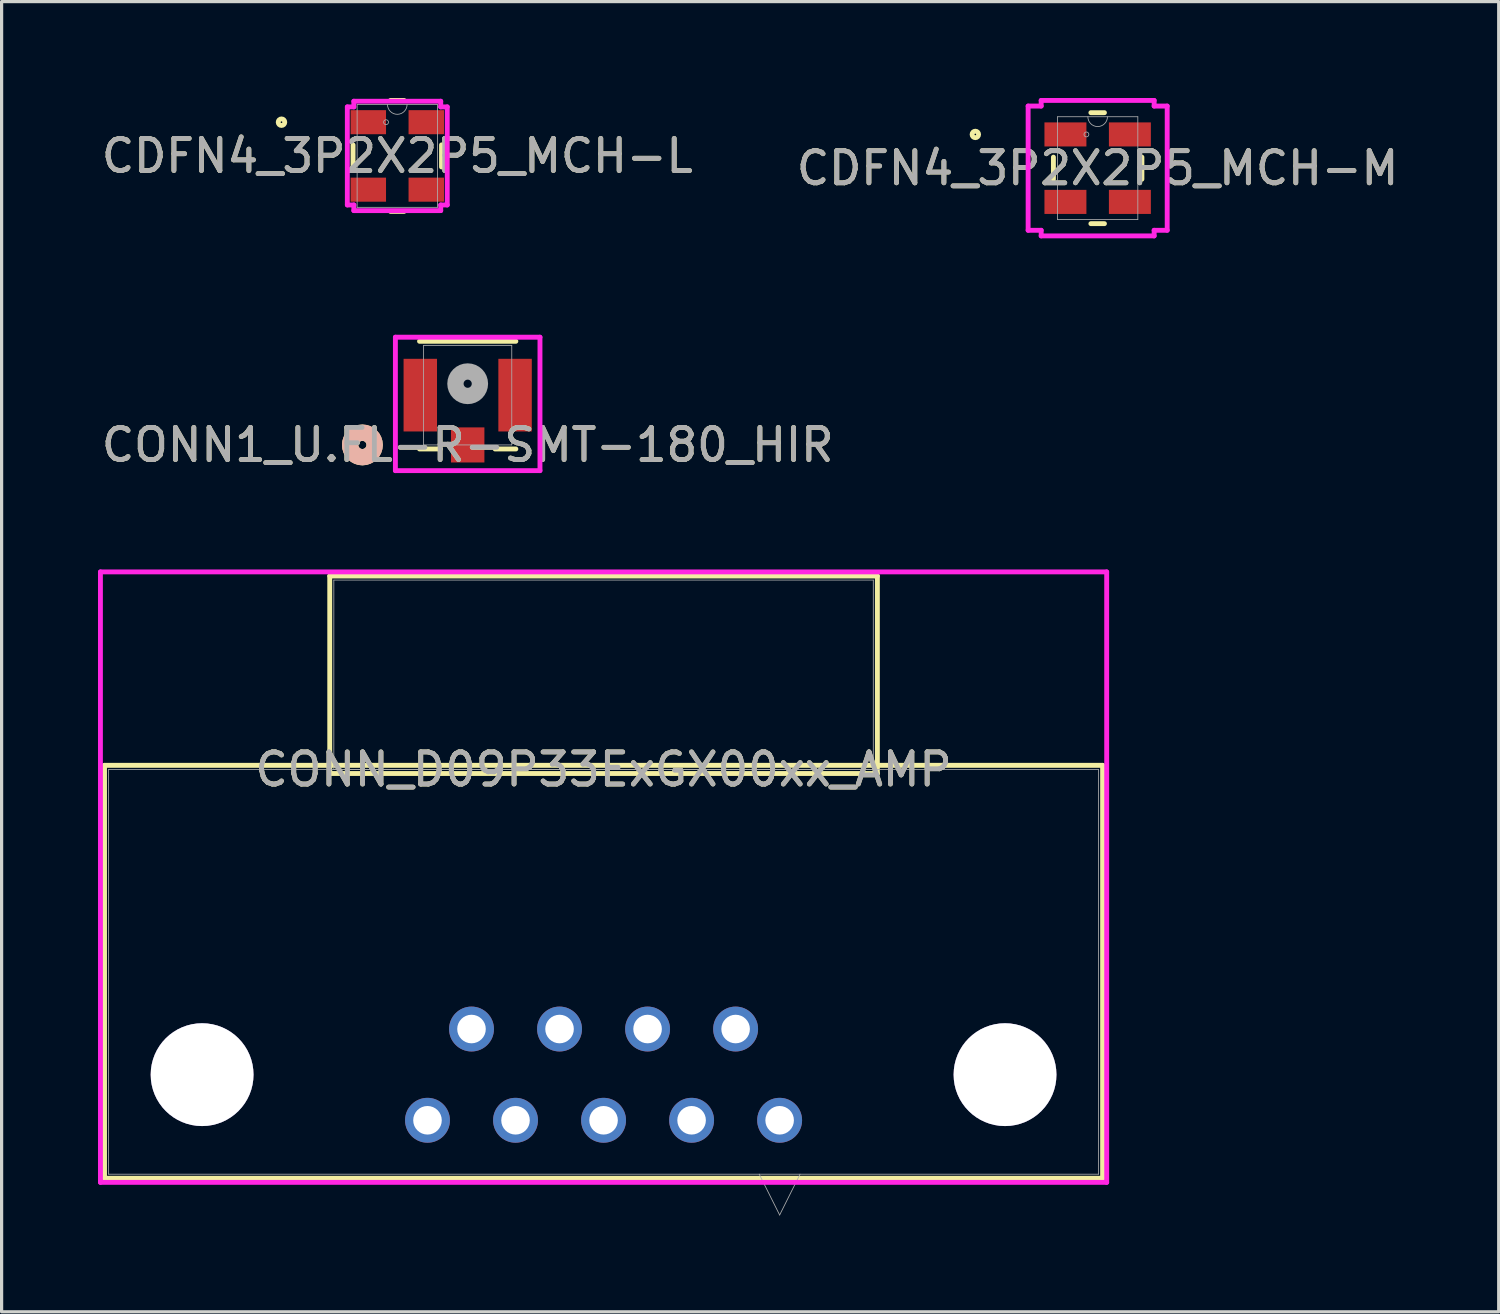
<source format=kicad_pcb>
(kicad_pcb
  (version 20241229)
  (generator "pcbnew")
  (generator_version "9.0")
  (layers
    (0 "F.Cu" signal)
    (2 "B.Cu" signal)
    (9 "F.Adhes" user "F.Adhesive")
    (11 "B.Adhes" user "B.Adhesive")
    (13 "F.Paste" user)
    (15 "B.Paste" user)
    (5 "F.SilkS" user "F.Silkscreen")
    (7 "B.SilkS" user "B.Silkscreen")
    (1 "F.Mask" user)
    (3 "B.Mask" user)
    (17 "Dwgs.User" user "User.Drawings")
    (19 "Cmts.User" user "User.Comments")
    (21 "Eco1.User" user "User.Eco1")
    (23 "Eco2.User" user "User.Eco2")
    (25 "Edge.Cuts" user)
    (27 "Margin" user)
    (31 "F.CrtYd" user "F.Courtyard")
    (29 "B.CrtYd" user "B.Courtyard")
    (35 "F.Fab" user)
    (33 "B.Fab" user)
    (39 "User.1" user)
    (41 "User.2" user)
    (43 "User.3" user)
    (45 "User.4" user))
  (footprint "CONN1_U.FL-R-SMT-180_HIR"
    (layer "F.Cu")
    (at 11.506 9.248)
    (property "Reference" "CONN1_U.FL-R-SMT-180_HIR" (at 0 1.55 0) (unlocked yes) (layer "F.SilkS") (effects (font (size 1 1) (thickness 0.15))))
    (attr smd)
    (fp_line (start -1.499 1.676) (end -0.853 1.676) (stroke (width 0.152) (type solid)) (layer "F.SilkS"))
    (fp_line (start 0.853 1.676) (end 1.499 1.676) (stroke (width 0.152) (type solid)) (layer "F.SilkS"))
    (fp_line (start 1.499 -1.676) (end -1.499 -1.676) (stroke (width 0.152) (type solid)) (layer "F.SilkS"))
    (fp_circle (center -3.277 1.55) (end -2.896 1.55) (stroke (width 0.508) (type solid)) (fill no) (layer "F.SilkS"))
    (fp_circle (center -3.277 1.55) (end -2.896 1.55) (stroke (width 0.508) (type solid)) (fill no) (layer "B.SilkS"))
    (fp_line (start -2.25 -1.803) (end -2.25 2.35) (stroke (width 0.152) (type solid)) (layer "F.CrtYd"))
    (fp_line (start -2.25 2.35) (end 2.25 2.35) (stroke (width 0.152) (type solid)) (layer "F.CrtYd"))
    (fp_line (start 2.25 -1.803) (end -2.25 -1.803) (stroke (width 0.152) (type solid)) (layer "F.CrtYd"))
    (fp_line (start 2.25 2.35) (end 2.25 -1.803) (stroke (width 0.152) (type solid)) (layer "F.CrtYd"))
    (fp_line (start -1.372 -1.549) (end -1.372 1.549) (stroke (width 0.025) (type solid)) (layer "F.Fab"))
    (fp_line (start -1.372 1.549) (end 1.372 1.549) (stroke (width 0.025) (type solid)) (layer "F.Fab"))
    (fp_line (start 1.372 -1.549) (end -1.372 -1.549) (stroke (width 0.025) (type solid)) (layer "F.Fab"))
    (fp_line (start 1.372 1.549) (end 1.372 -1.549) (stroke (width 0.025) (type solid)) (layer "F.Fab"))
    (fp_circle (center 0 -0.355) (end 0.381 -0.355) (stroke (width 0.508) (type solid)) (fill no) (layer "F.Fab"))
    (fp_text user "${REFERENCE}" (at 0 1.55 0) (unlocked yes) (layer "F.Fab") (effects (font (size 1 1) (thickness 0.15))))
    (pad "1" smd rect (at 0 1.55) (size 1.041 1.092) (layers "F.Cu" "F.Mask" "F.Paste"))
    (pad "2" smd rect (at -1.475 0) (size 1.041 2.261) (layers "F.Cu" "F.Mask" "F.Paste"))
    (pad "3" smd rect (at 1.475 0) (size 1.041 2.261) (layers "F.Cu" "F.Mask" "F.Paste")))
  (footprint "CDFN4_3P2X2P5_MCH-L"
    (layer "F.Cu")
    (at 9.315 1.803)
    (property "Reference" "CDFN4_3P2X2P5_MCH-L" (at 0 0 0) (unlocked yes) (layer "F.SilkS") (effects (font (size 1 1) (thickness 0.15))))
    (attr smd)
    (fp_line (start -1.377 -0.343) (end -1.377 0.343) (stroke (width 0.152) (type solid)) (layer "F.SilkS"))
    (fp_line (start -0.211 1.727) (end 0.211 1.727) (stroke (width 0.152) (type solid)) (layer "F.SilkS"))
    (fp_line (start 0.211 -1.727) (end -0.211 -1.727) (stroke (width 0.152) (type solid)) (layer "F.SilkS"))
    (fp_line (start 1.377 0.343) (end 1.377 -0.343) (stroke (width 0.152) (type solid)) (layer "F.SilkS"))
    (fp_circle (center -3.604 -1.05) (end -3.502 -1.05) (stroke (width 0.152) (type solid)) (fill no) (layer "F.SilkS"))
    (fp_line (start -1.555 -1.526) (end -1.352 -1.526) (stroke (width 0.152) (type solid)) (layer "F.CrtYd"))
    (fp_line (start -1.555 1.526) (end -1.555 -1.526) (stroke (width 0.152) (type solid)) (layer "F.CrtYd"))
    (fp_line (start -1.555 1.526) (end -1.352 1.526) (stroke (width 0.152) (type solid)) (layer "F.CrtYd"))
    (fp_line (start -1.352 -1.702) (end 1.352 -1.702) (stroke (width 0.152) (type solid)) (layer "F.CrtYd"))
    (fp_line (start -1.352 -1.526) (end -1.352 -1.702) (stroke (width 0.152) (type solid)) (layer "F.CrtYd"))
    (fp_line (start -1.352 1.702) (end -1.352 1.526) (stroke (width 0.152) (type solid)) (layer "F.CrtYd"))
    (fp_line (start 1.352 -1.702) (end 1.352 -1.526) (stroke (width 0.152) (type solid)) (layer "F.CrtYd"))
    (fp_line (start 1.352 1.526) (end 1.352 1.702) (stroke (width 0.152) (type solid)) (layer "F.CrtYd"))
    (fp_line (start 1.352 1.702) (end -1.352 1.702) (stroke (width 0.152) (type solid)) (layer "F.CrtYd"))
    (fp_line (start 1.555 -1.526) (end 1.352 -1.526) (stroke (width 0.152) (type solid)) (layer "F.CrtYd"))
    (fp_line (start 1.555 -1.526) (end 1.555 1.526) (stroke (width 0.152) (type solid)) (layer "F.CrtYd"))
    (fp_line (start 1.555 1.526) (end 1.352 1.526) (stroke (width 0.152) (type solid)) (layer "F.CrtYd"))
    (fp_line (start -1.25 -1.6) (end -1.25 1.6) (stroke (width 0.025) (type solid)) (layer "F.Fab"))
    (fp_line (start -1.25 1.6) (end 1.25 1.6) (stroke (width 0.025) (type solid)) (layer "F.Fab"))
    (fp_line (start 1.25 -1.6) (end -1.25 -1.6) (stroke (width 0.025) (type solid)) (layer "F.Fab"))
    (fp_line (start 1.25 1.6) (end 1.25 -1.6) (stroke (width 0.025) (type solid)) (layer "F.Fab"))
    (fp_arc (start 0.3048 -1.600001) (mid 0 -1.295201) (end -0.3048 -1.600001) (stroke (width 0.0254) (type solid)) (layer "F.Fab"))
    (fp_circle (center -0.35 -1.05) (end -0.274 -1.05) (stroke (width 0.025) (type solid)) (fill no) (layer "F.Fab"))
    (fp_text user "${REFERENCE}" (at 0 0 0) (unlocked yes) (layer "F.Fab") (effects (font (size 1 1) (thickness 0.15))))
    (pad "1" smd rect (at -0.902 -1.05) (size 1.103 0.749) (layers "F.Cu" "F.Mask" "F.Paste"))
    (pad "2" smd rect (at -0.902 1.05) (size 1.103 0.749) (layers "F.Cu" "F.Mask" "F.Paste"))
    (pad "3" smd rect (at 0.902 1.05) (size 1.103 0.749) (layers "F.Cu" "F.Mask" "F.Paste"))
    (pad "4" smd rect (at 0.902 -1.05) (size 1.103 0.749) (layers "F.Cu" "F.Mask" "F.Paste")))
  (footprint "CONN_D09P33ExGX00xx_AMP"
    (layer "F.Cu")
    (at 15.735 20.897)
    (property "Reference" "CONN_D09P33ExGX00xx_AMP" (at 0 0 0) (unlocked yes) (layer "F.SilkS") (effects (font (size 1 1) (thickness 0.15))))
    (attr through_hole)
    (fp_line (start -15.532 -0.127) (end -15.532 12.725) (stroke (width 0.152) (type solid)) (layer "F.SilkS"))
    (fp_line (start -15.532 12.725) (end 15.532 12.725) (stroke (width 0.152) (type solid)) (layer "F.SilkS"))
    (fp_line (start -8.522 -6.02) (end -8.522 0.127) (stroke (width 0.152) (type solid)) (layer "F.SilkS"))
    (fp_line (start -8.522 0.127) (end 8.522 0.127) (stroke (width 0.152) (type solid)) (layer "F.SilkS"))
    (fp_line (start 8.522 -6.02) (end -8.522 -6.02) (stroke (width 0.152) (type solid)) (layer "F.SilkS"))
    (fp_line (start 8.522 0.127) (end 8.522 -6.02) (stroke (width 0.152) (type solid)) (layer "F.SilkS"))
    (fp_line (start 15.532 -0.127) (end -15.532 -0.127) (stroke (width 0.152) (type solid)) (layer "F.SilkS"))
    (fp_line (start 15.532 12.725) (end 15.532 -0.127) (stroke (width 0.152) (type solid)) (layer "F.SilkS"))
    (fp_line (start -15.659 -6.147) (end -15.659 12.852) (stroke (width 0.152) (type solid)) (layer "F.CrtYd"))
    (fp_line (start -15.659 12.852) (end 15.659 12.852) (stroke (width 0.152) (type solid)) (layer "F.CrtYd"))
    (fp_line (start 15.659 -6.147) (end -15.659 -6.147) (stroke (width 0.152) (type solid)) (layer "F.CrtYd"))
    (fp_line (start 15.659 12.852) (end 15.659 -6.147) (stroke (width 0.152) (type solid)) (layer "F.CrtYd"))
    (fp_line (start -15.405 0) (end -15.405 12.598) (stroke (width 0.025) (type solid)) (layer "F.Fab"))
    (fp_line (start -15.405 12.598) (end 15.405 12.598) (stroke (width 0.025) (type solid)) (layer "F.Fab"))
    (fp_line (start -8.395 -5.893) (end -8.395 0) (stroke (width 0.025) (type solid)) (layer "F.Fab"))
    (fp_line (start -8.395 0) (end 8.395 0) (stroke (width 0.025) (type solid)) (layer "F.Fab"))
    (fp_line (start 4.845 12.598) (end 5.48 13.868) (stroke (width 0.025) (type solid)) (layer "F.Fab"))
    (fp_line (start 6.115 12.598) (end 5.48 13.868) (stroke (width 0.025) (type solid)) (layer "F.Fab"))
    (fp_line (start 8.395 -5.893) (end -8.395 -5.893) (stroke (width 0.025) (type solid)) (layer "F.Fab"))
    (fp_line (start 8.395 0) (end 8.395 -5.893) (stroke (width 0.025) (type solid)) (layer "F.Fab"))
    (fp_line (start 15.405 0) (end -15.405 0) (stroke (width 0.025) (type solid)) (layer "F.Fab"))
    (fp_line (start 15.405 12.598) (end 15.405 0) (stroke (width 0.025) (type solid)) (layer "F.Fab"))
    (fp_text user "${REFERENCE}" (at 0 0 0) (unlocked yes) (layer "F.Fab") (effects (font (size 1 1) (thickness 0.15))))
    (pad "1" thru_hole circle (at 5.48 10.92) (size 1.397 1.397) (drill 0.889) (layers "*.Cu" "*.Mask"))
    (pad "2" thru_hole circle (at 2.74 10.92) (size 1.397 1.397) (drill 0.889) (layers "*.Cu" "*.Mask"))
    (pad "3" thru_hole circle (at 0 10.92) (size 1.397 1.397) (drill 0.889) (layers "*.Cu" "*.Mask"))
    (pad "4" thru_hole circle (at -2.74 10.92) (size 1.397 1.397) (drill 0.889) (layers "*.Cu" "*.Mask"))
    (pad "5" thru_hole circle (at -5.48 10.92) (size 1.397 1.397) (drill 0.889) (layers "*.Cu" "*.Mask"))
    (pad "6" thru_hole circle (at 4.11 8.08) (size 1.397 1.397) (drill 0.889) (layers "*.Cu" "*.Mask"))
    (pad "7" thru_hole circle (at 1.37 8.08) (size 1.397 1.397) (drill 0.889) (layers "*.Cu" "*.Mask"))
    (pad "8" thru_hole circle (at -1.37 8.08) (size 1.397 1.397) (drill 0.889) (layers "*.Cu" "*.Mask"))
    (pad "9" thru_hole circle (at -4.11 8.08) (size 1.397 1.397) (drill 0.889) (layers "*.Cu" "*.Mask"))
    (pad "10" thru_hole circle (at -12.495 9.5) (size 3.2 3.2) (drill 3.2) (layers "*.Cu" "*.Mask"))
    (pad "11" thru_hole circle (at 12.495 9.5) (size 3.2 3.2) (drill 3.2) (layers "*.Cu" "*.Mask")))
  (footprint "CDFN4_3P2X2P5_MCH-M"
    (layer "F.Cu")
    (at 31.113 2.184)
    (property "Reference" "CDFN4_3P2X2P5_MCH-M" (at 0 0 0) (unlocked yes) (layer "F.SilkS") (effects (font (size 1 1) (thickness 0.15))))
    (attr smd)
    (fp_line (start -1.377 -0.343) (end -1.377 0.343) (stroke (width 0.152) (type solid)) (layer "F.SilkS"))
    (fp_line (start -0.211 1.727) (end 0.211 1.727) (stroke (width 0.152) (type solid)) (layer "F.SilkS"))
    (fp_line (start 0.211 -1.727) (end -0.211 -1.727) (stroke (width 0.152) (type solid)) (layer "F.SilkS"))
    (fp_line (start 1.377 0.343) (end 1.377 -0.343) (stroke (width 0.152) (type solid)) (layer "F.SilkS"))
    (fp_circle (center -3.807 -1.05) (end -3.706 -1.05) (stroke (width 0.152) (type solid)) (fill no) (layer "F.SilkS"))
    (fp_line (start -2.164 -1.933) (end -1.758 -1.933) (stroke (width 0.152) (type solid)) (layer "F.CrtYd"))
    (fp_line (start -2.164 1.933) (end -2.164 -1.933) (stroke (width 0.152) (type solid)) (layer "F.CrtYd"))
    (fp_line (start -2.164 1.933) (end -1.758 1.933) (stroke (width 0.152) (type solid)) (layer "F.CrtYd"))
    (fp_line (start -1.758 -2.108) (end 1.758 -2.108) (stroke (width 0.152) (type solid)) (layer "F.CrtYd"))
    (fp_line (start -1.758 -1.933) (end -1.758 -2.108) (stroke (width 0.152) (type solid)) (layer "F.CrtYd"))
    (fp_line (start -1.758 2.108) (end -1.758 1.933) (stroke (width 0.152) (type solid)) (layer "F.CrtYd"))
    (fp_line (start 1.758 -2.108) (end 1.758 -1.933) (stroke (width 0.152) (type solid)) (layer "F.CrtYd"))
    (fp_line (start 1.758 1.933) (end 1.758 2.108) (stroke (width 0.152) (type solid)) (layer "F.CrtYd"))
    (fp_line (start 1.758 2.108) (end -1.758 2.108) (stroke (width 0.152) (type solid)) (layer "F.CrtYd"))
    (fp_line (start 2.164 -1.933) (end 1.758 -1.933) (stroke (width 0.152) (type solid)) (layer "F.CrtYd"))
    (fp_line (start 2.164 -1.933) (end 2.164 1.933) (stroke (width 0.152) (type solid)) (layer "F.CrtYd"))
    (fp_line (start 2.164 1.933) (end 1.758 1.933) (stroke (width 0.152) (type solid)) (layer "F.CrtYd"))
    (fp_line (start -1.25 -1.6) (end -1.25 1.6) (stroke (width 0.025) (type solid)) (layer "F.Fab"))
    (fp_line (start -1.25 1.6) (end 1.25 1.6) (stroke (width 0.025) (type solid)) (layer "F.Fab"))
    (fp_line (start 1.25 -1.6) (end -1.25 -1.6) (stroke (width 0.025) (type solid)) (layer "F.Fab"))
    (fp_line (start 1.25 1.6) (end 1.25 -1.6) (stroke (width 0.025) (type solid)) (layer "F.Fab"))
    (fp_arc (start 0.3048 -1.600001) (mid 0 -1.295201) (end -0.3048 -1.600001) (stroke (width 0.0254) (type solid)) (layer "F.Fab"))
    (fp_circle (center -0.35 -1.05) (end -0.274 -1.05) (stroke (width 0.025) (type solid)) (fill no) (layer "F.Fab"))
    (fp_text user "${REFERENCE}" (at 0 0 0) (unlocked yes) (layer "F.Fab") (effects (font (size 1 1) (thickness 0.15))))
    (pad "1" smd rect (at -1.003 -1.05) (size 1.306 0.749) (layers "F.Cu" "F.Mask" "F.Paste"))
    (pad "2" smd rect (at -1.003 1.05) (size 1.306 0.749) (layers "F.Cu" "F.Mask" "F.Paste"))
    (pad "3" smd rect (at 1.003 1.05) (size 1.306 0.749) (layers "F.Cu" "F.Mask" "F.Paste"))
    (pad "4" smd rect (at 1.003 -1.05) (size 1.306 0.749) (layers "F.Cu" "F.Mask" "F.Paste")))
  (gr_rect
    (start -3 -3)
    (end 43.595 37.778)
    (stroke (width 0.1) (type default))
    (fill no)
    (layer "Edge.Cuts")))
</source>
